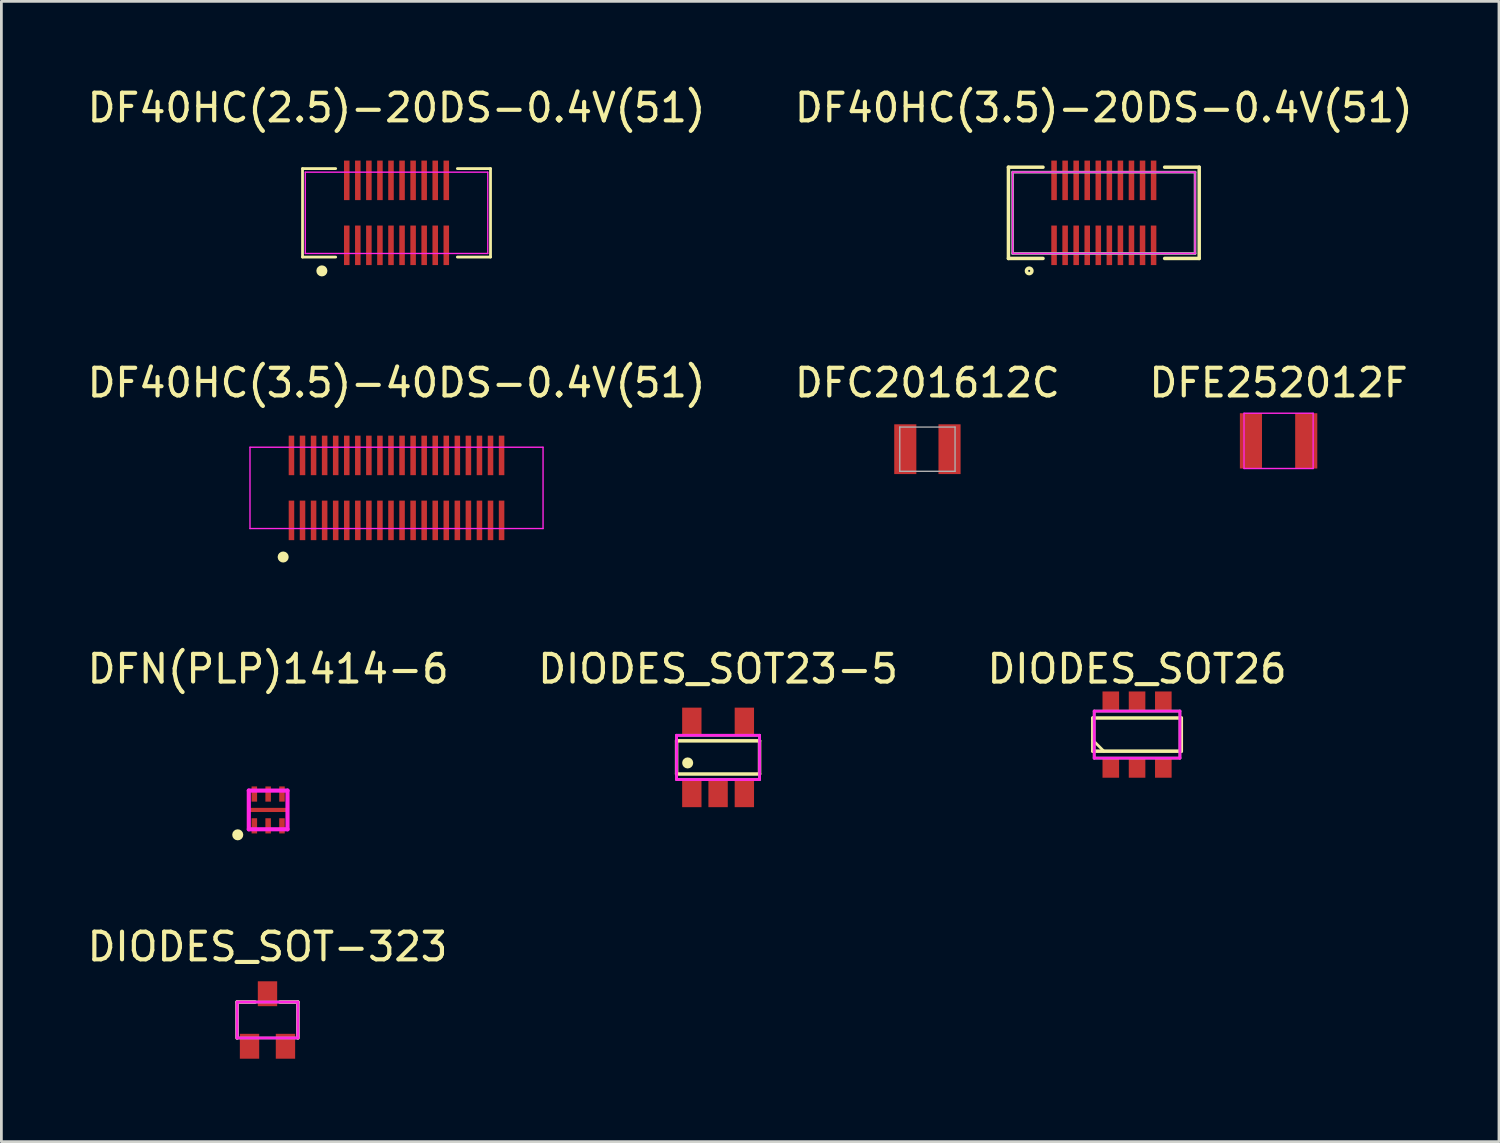
<source format=kicad_pcb>
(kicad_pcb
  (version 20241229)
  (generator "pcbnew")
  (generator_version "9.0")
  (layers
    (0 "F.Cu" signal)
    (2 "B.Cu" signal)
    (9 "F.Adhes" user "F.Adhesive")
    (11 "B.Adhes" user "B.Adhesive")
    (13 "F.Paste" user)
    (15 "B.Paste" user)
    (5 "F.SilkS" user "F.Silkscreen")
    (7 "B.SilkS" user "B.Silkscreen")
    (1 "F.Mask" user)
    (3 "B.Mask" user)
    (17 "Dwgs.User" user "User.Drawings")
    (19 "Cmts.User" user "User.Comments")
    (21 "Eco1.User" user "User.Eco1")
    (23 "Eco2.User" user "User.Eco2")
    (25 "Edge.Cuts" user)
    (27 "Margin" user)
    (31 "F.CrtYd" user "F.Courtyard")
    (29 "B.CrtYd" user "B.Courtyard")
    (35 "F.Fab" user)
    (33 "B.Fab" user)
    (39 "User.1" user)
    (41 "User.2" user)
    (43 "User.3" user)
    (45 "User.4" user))
  (footprint "DFC201612C"
    (layer "F.Cu")
    (at 30.494 13.197)
    (property "Reference" "DFC201612C" (at 0 -2.4 0) (layer "F.SilkS") (effects (font (size 1 1) (thickness 0.15))))
    (attr smd)
    (fp_line (start -1 -0.8) (end 1 -0.8) (stroke (width 0.05) (type solid)) (layer "F.Fab"))
    (fp_line (start -1 0.8) (end -1 -0.8) (stroke (width 0.05) (type solid)) (layer "F.Fab"))
    (fp_line (start 1 -0.8) (end 1 0.8) (stroke (width 0.05) (type solid)) (layer "F.Fab"))
    (fp_line (start 1 0.8) (end -1 0.8) (stroke (width 0.05) (type solid)) (layer "F.Fab"))
    (pad "1" smd rect (at -0.8 0) (size 0.8 1.8) (layers "F.Cu" "F.Mask" "F.Paste"))
    (pad "2" smd rect (at 0.8 0) (size 0.8 1.8) (layers "F.Cu" "F.Mask" "F.Paste")))
  (footprint "DF40HC(3.5)-20DS-0.4V(51)"
    (layer "F.Cu")
    (at 36.875 4.648)
    (property "Reference" "DF40HC(3.5)-20DS-0.4V(51)" (at 0 -3.8 0) (layer "F.SilkS") (effects (font (size 1 1) (thickness 0.15))))
    (attr smd)
    (fp_line (start -3.45 -1.65) (end -3.45 1.65) (stroke (width 0.127) (type solid)) (layer "F.SilkS"))
    (fp_line (start -3.45 1.65) (end -2.2 1.65) (stroke (width 0.127) (type solid)) (layer "F.SilkS"))
    (fp_line (start -2.2 -1.65) (end -3.45 -1.65) (stroke (width 0.127) (type solid)) (layer "F.SilkS"))
    (fp_line (start 2.2 -1.65) (end 3.45 -1.65) (stroke (width 0.127) (type solid)) (layer "F.SilkS"))
    (fp_line (start 3.45 -1.65) (end 3.45 1.65) (stroke (width 0.127) (type solid)) (layer "F.SilkS"))
    (fp_line (start 3.45 1.65) (end 2.2 1.65) (stroke (width 0.127) (type solid)) (layer "F.SilkS"))
    (fp_circle (center -2.7 2.1) (end -2.7 2.2) (stroke (width 0.127) (type solid)) (fill no) (layer "F.SilkS"))
    (fp_line (start -3.3 -1.47) (end 3.3 -1.47) (stroke (width 0.05) (type solid)) (layer "F.CrtYd"))
    (fp_line (start -3.3 1.47) (end -3.3 -1.47) (stroke (width 0.05) (type solid)) (layer "F.CrtYd"))
    (fp_line (start 3.3 -1.47) (end 3.3 1.47) (stroke (width 0.05) (type solid)) (layer "F.CrtYd"))
    (fp_line (start 3.3 1.47) (end -3.3 1.47) (stroke (width 0.05) (type solid)) (layer "F.CrtYd"))
    (fp_line (start -3.3 -1.47) (end 3.3 -1.47) (stroke (width 0.1) (type solid)) (layer "F.Fab"))
    (fp_line (start -3.3 1.47) (end -3.3 -1.47) (stroke (width 0.1) (type solid)) (layer "F.Fab"))
    (fp_line (start 3.3 -1.47) (end 3.3 1.47) (stroke (width 0.1) (type solid)) (layer "F.Fab"))
    (fp_line (start 3.3 1.47) (end -3.3 1.47) (stroke (width 0.1) (type solid)) (layer "F.Fab"))
    (pad "1" smd rect (at -1.8 1.175) (size 0.2 1.43) (layers "F.Cu" "F.Mask" "F.Paste"))
    (pad "2" smd rect (at -1.8 -1.175) (size 0.2 1.43) (layers "F.Cu" "F.Mask" "F.Paste"))
    (pad "3" smd rect (at -1.4 1.175) (size 0.2 1.43) (layers "F.Cu" "F.Mask" "F.Paste"))
    (pad "4" smd rect (at -1.4 -1.175) (size 0.2 1.43) (layers "F.Cu" "F.Mask" "F.Paste"))
    (pad "5" smd rect (at -1 1.175) (size 0.2 1.43) (layers "F.Cu" "F.Mask" "F.Paste"))
    (pad "6" smd rect (at -1 -1.175) (size 0.2 1.43) (layers "F.Cu" "F.Mask" "F.Paste"))
    (pad "7" smd rect (at -0.6 1.175) (size 0.2 1.43) (layers "F.Cu" "F.Mask" "F.Paste"))
    (pad "8" smd rect (at -0.6 -1.175) (size 0.2 1.43) (layers "F.Cu" "F.Mask" "F.Paste"))
    (pad "9" smd rect (at -0.2 1.175) (size 0.2 1.43) (layers "F.Cu" "F.Mask" "F.Paste"))
    (pad "10" smd rect (at -0.2 -1.175) (size 0.2 1.43) (layers "F.Cu" "F.Mask" "F.Paste"))
    (pad "11" smd rect (at 0.2 1.175) (size 0.2 1.43) (layers "F.Cu" "F.Mask" "F.Paste"))
    (pad "12" smd rect (at 0.2 -1.175) (size 0.2 1.43) (layers "F.Cu" "F.Mask" "F.Paste"))
    (pad "13" smd rect (at 0.6 1.175) (size 0.2 1.43) (layers "F.Cu" "F.Mask" "F.Paste"))
    (pad "14" smd rect (at 0.6 -1.175) (size 0.2 1.43) (layers "F.Cu" "F.Mask" "F.Paste"))
    (pad "15" smd rect (at 1 1.175) (size 0.2 1.43) (layers "F.Cu" "F.Mask" "F.Paste"))
    (pad "16" smd rect (at 1 -1.175) (size 0.2 1.43) (layers "F.Cu" "F.Mask" "F.Paste"))
    (pad "17" smd rect (at 1.4 1.175) (size 0.2 1.43) (layers "F.Cu" "F.Mask" "F.Paste"))
    (pad "18" smd rect (at 1.4 -1.175) (size 0.2 1.43) (layers "F.Cu" "F.Mask" "F.Paste"))
    (pad "19" smd rect (at 1.8 1.175) (size 0.2 1.43) (layers "F.Cu" "F.Mask" "F.Paste"))
    (pad "20" smd rect (at 1.8 -1.175) (size 0.2 1.43) (layers "F.Cu" "F.Mask" "F.Paste")))
  (footprint "DIODES_SOT26"
    (layer "F.Cu")
    (at 38.077 23.52)
    (property "Reference" "DIODES_SOT26" (at 0 -2.375 0) (layer "F.SilkS") (effects (font (size 1 1) (thickness 0.15))))
    (attr through_hole)
    (fp_line (start -1.6 -0.6) (end 1.6 -0.6) (stroke (width 0.127) (type solid)) (layer "F.SilkS"))
    (fp_line (start -1.6 0.2) (end -1.2 0.6) (stroke (width 0.1) (type solid)) (layer "F.SilkS"))
    (fp_line (start -1.6 0.6) (end -1.6 -0.6) (stroke (width 0.127) (type solid)) (layer "F.SilkS"))
    (fp_line (start 1.6 -0.6) (end 1.6 0.6) (stroke (width 0.127) (type solid)) (layer "F.SilkS"))
    (fp_line (start 1.6 0.6) (end -1.6 0.6) (stroke (width 0.127) (type solid)) (layer "F.SilkS"))
    (fp_line (start -1.55 -0.85) (end 1.55 -0.85) (stroke (width 0.1) (type solid)) (layer "F.CrtYd"))
    (fp_line (start -1.55 0.85) (end -1.55 -0.85) (stroke (width 0.1) (type solid)) (layer "F.CrtYd"))
    (fp_line (start 1.55 -0.85) (end 1.55 0.85) (stroke (width 0.1) (type solid)) (layer "F.CrtYd"))
    (fp_line (start 1.55 0.85) (end -1.55 0.85) (stroke (width 0.1) (type solid)) (layer "F.CrtYd"))
    (fp_line (start -1.55 -0.85) (end 1.55 -0.85) (stroke (width 0.1) (type solid)) (layer "F.Fab"))
    (fp_line (start -1.55 0.85) (end -1.55 -0.85) (stroke (width 0.1) (type solid)) (layer "F.Fab"))
    (fp_line (start 1.55 -0.85) (end 1.55 0.85) (stroke (width 0.1) (type solid)) (layer "F.Fab"))
    (fp_line (start 1.55 0.85) (end -1.55 0.85) (stroke (width 0.1) (type solid)) (layer "F.Fab"))
    (pad "1" smd rect (at -0.95 1.2) (size 0.6 0.72) (layers "F.Cu" "F.Mask" "F.Paste"))
    (pad "2" smd rect (at 0 1.2) (size 0.6 0.72) (layers "F.Cu" "F.Mask" "F.Paste"))
    (pad "3" smd rect (at 0.95 1.2) (size 0.6 0.72) (layers "F.Cu" "F.Mask" "F.Paste"))
    (pad "4" smd rect (at 0.95 -1.2) (size 0.6 0.72) (layers "F.Cu" "F.Mask" "F.Paste"))
    (pad "5" smd rect (at 0 -1.2) (size 0.6 0.72) (layers "F.Cu" "F.Mask" "F.Paste"))
    (pad "6" smd rect (at -0.95 -1.2) (size 0.6 0.72) (layers "F.Cu" "F.Mask" "F.Paste")))
  (footprint "DF40HC(2.5)-20DS-0.4V(51)"
    (layer "F.Cu")
    (at 11.292 4.648)
    (property "Reference" "DF40HC(2.5)-20DS-0.4V(51)" (at 0 -3.8 0) (layer "F.SilkS") (effects (font (size 1 1) (thickness 0.15))))
    (attr through_hole)
    (fp_line (start -3.4 -1.6) (end -3.4 1.6) (stroke (width 0.1) (type solid)) (layer "F.SilkS"))
    (fp_line (start -3.4 1.6) (end -2.2 1.6) (stroke (width 0.1) (type solid)) (layer "F.SilkS"))
    (fp_line (start -2.2 -1.6) (end -3.4 -1.6) (stroke (width 0.1) (type solid)) (layer "F.SilkS"))
    (fp_line (start 2.2 -1.6) (end 3.4 -1.6) (stroke (width 0.1) (type solid)) (layer "F.SilkS"))
    (fp_line (start 3.4 -1.6) (end 3.4 1.6) (stroke (width 0.1) (type solid)) (layer "F.SilkS"))
    (fp_line (start 3.4 1.6) (end 2.2 1.6) (stroke (width 0.1) (type solid)) (layer "F.SilkS"))
    (fp_circle (center -2.7 2.1) (end -2.7 2.2) (stroke (width 0.2) (type solid)) (fill no) (layer "F.SilkS"))
    (fp_line (start -3.3 -1.47) (end 3.3 -1.47) (stroke (width 0.05) (type solid)) (layer "F.CrtYd"))
    (fp_line (start -3.3 1.47) (end -3.3 -1.47) (stroke (width 0.05) (type solid)) (layer "F.CrtYd"))
    (fp_line (start 3.3 -1.47) (end 3.3 1.47) (stroke (width 0.05) (type solid)) (layer "F.CrtYd"))
    (fp_line (start 3.3 1.47) (end -3.3 1.47) (stroke (width 0.05) (type solid)) (layer "F.CrtYd"))
    (pad "1" smd rect (at -1.8 1.175) (size 0.2 1.43) (layers "F.Cu" "F.Mask" "F.Paste"))
    (pad "2" smd rect (at -1.8 -1.175) (size 0.2 1.43) (layers "F.Cu" "F.Mask" "F.Paste"))
    (pad "3" smd rect (at -1.4 1.175) (size 0.2 1.43) (layers "F.Cu" "F.Mask" "F.Paste"))
    (pad "4" smd rect (at -1.4 -1.175) (size 0.2 1.43) (layers "F.Cu" "F.Mask" "F.Paste"))
    (pad "5" smd rect (at -1 1.175) (size 0.2 1.43) (layers "F.Cu" "F.Mask" "F.Paste"))
    (pad "6" smd rect (at -1 -1.175) (size 0.2 1.43) (layers "F.Cu" "F.Mask" "F.Paste"))
    (pad "7" smd rect (at -0.6 1.175) (size 0.2 1.43) (layers "F.Cu" "F.Mask" "F.Paste"))
    (pad "8" smd rect (at -0.6 -1.175) (size 0.2 1.43) (layers "F.Cu" "F.Mask" "F.Paste"))
    (pad "9" smd rect (at -0.2 1.175) (size 0.2 1.43) (layers "F.Cu" "F.Mask" "F.Paste"))
    (pad "10" smd rect (at -0.2 -1.175) (size 0.2 1.43) (layers "F.Cu" "F.Mask" "F.Paste"))
    (pad "11" smd rect (at 0.2 1.175) (size 0.2 1.43) (layers "F.Cu" "F.Mask" "F.Paste"))
    (pad "12" smd rect (at 0.2 -1.175) (size 0.2 1.43) (layers "F.Cu" "F.Mask" "F.Paste"))
    (pad "13" smd rect (at 0.6 1.175) (size 0.2 1.43) (layers "F.Cu" "F.Mask" "F.Paste"))
    (pad "14" smd rect (at 0.6 -1.175) (size 0.2 1.43) (layers "F.Cu" "F.Mask" "F.Paste"))
    (pad "15" smd rect (at 1 1.175) (size 0.2 1.43) (layers "F.Cu" "F.Mask" "F.Paste"))
    (pad "16" smd rect (at 1 -1.175) (size 0.2 1.43) (layers "F.Cu" "F.Mask" "F.Paste"))
    (pad "17" smd rect (at 1.4 1.175) (size 0.2 1.43) (layers "F.Cu" "F.Mask" "F.Paste"))
    (pad "18" smd rect (at 1.4 -1.175) (size 0.2 1.43) (layers "F.Cu" "F.Mask" "F.Paste"))
    (pad "19" smd rect (at 1.8 1.175) (size 0.2 1.43) (layers "F.Cu" "F.Mask" "F.Paste"))
    (pad "20" smd rect (at 1.8 -1.175) (size 0.2 1.43) (layers "F.Cu" "F.Mask" "F.Paste")))
  (footprint "DFN(PLP)1414-6"
    (layer "F.Cu")
    (at 6.649 26.245)
    (property "Reference" "DFN(PLP)1414-6" (at 0 -5.1 0) (layer "F.SilkS") (effects (font (size 1 1) (thickness 0.15))))
    (attr through_hole)
    (fp_circle (center -1.1 0.9) (end -1.1 0.8) (stroke (width 0.2) (type solid)) (fill no) (layer "F.SilkS"))
    (fp_line (start -0.7 -0.7) (end 0.7 -0.7) (stroke (width 0.15) (type solid)) (layer "F.CrtYd"))
    (fp_line (start -0.7 0.7) (end -0.7 -0.7) (stroke (width 0.15) (type solid)) (layer "F.CrtYd"))
    (fp_line (start 0.7 -0.7) (end 0.7 0.7) (stroke (width 0.15) (type solid)) (layer "F.CrtYd"))
    (fp_line (start 0.7 0.7) (end -0.7 0.7) (stroke (width 0.15) (type solid)) (layer "F.CrtYd"))
    (pad "" smd rect (at 0 0) (size 1.35 0.15) (layers "F.Cu" "F.Mask" "F.Paste"))
    (pad "1" smd rect (at -0.5 0.575) (size 0.2 0.55) (layers "F.Cu" "F.Mask" "F.Paste"))
    (pad "2" smd rect (at 0 0.575) (size 0.2 0.55) (layers "F.Cu" "F.Mask" "F.Paste"))
    (pad "3" smd rect (at 0.5 0.575) (size 0.2 0.55) (layers "F.Cu" "F.Mask" "F.Paste"))
    (pad "4" smd rect (at 0.5 -0.575) (size 0.2 0.55) (layers "F.Cu" "F.Mask" "F.Paste"))
    (pad "5" smd rect (at 0 -0.575) (size 0.2 0.55) (layers "F.Cu" "F.Mask" "F.Paste"))
    (pad "6" smd rect (at -0.5 -0.575) (size 0.2 0.55) (layers "F.Cu" "F.Mask" "F.Paste")))
  (footprint "DF40HC(3.5)-40DS-0.4V(51)"
    (layer "F.Cu")
    (at 11.292 14.597)
    (property "Reference" "DF40HC(3.5)-40DS-0.4V(51)" (at 0 -3.8 0) (layer "F.SilkS") (effects (font (size 1 1) (thickness 0.15))))
    (attr through_hole)
    (fp_circle (center -4.1 2.5) (end -4.1 2.6) (stroke (width 0.2) (type solid)) (fill no) (layer "F.SilkS"))
    (fp_line (start -5.3 -1.47) (end 5.3 -1.47) (stroke (width 0.05) (type solid)) (layer "F.CrtYd"))
    (fp_line (start -5.3 1.47) (end -5.3 -1.47) (stroke (width 0.05) (type solid)) (layer "F.CrtYd"))
    (fp_line (start 5.3 -1.47) (end 5.3 1.47) (stroke (width 0.05) (type solid)) (layer "F.CrtYd"))
    (fp_line (start 5.3 1.47) (end -5.3 1.47) (stroke (width 0.05) (type solid)) (layer "F.CrtYd"))
    (pad "1" smd rect (at -3.8 1.175) (size 0.2 1.43) (layers "F.Cu" "F.Mask" "F.Paste"))
    (pad "2" smd rect (at -3.8 -1.175) (size 0.2 1.43) (layers "F.Cu" "F.Mask" "F.Paste"))
    (pad "3" smd rect (at -3.4 1.175) (size 0.2 1.43) (layers "F.Cu" "F.Mask" "F.Paste"))
    (pad "4" smd rect (at -3.4 -1.175) (size 0.2 1.43) (layers "F.Cu" "F.Mask" "F.Paste"))
    (pad "5" smd rect (at -3 1.175) (size 0.2 1.43) (layers "F.Cu" "F.Mask" "F.Paste"))
    (pad "6" smd rect (at -3 -1.175) (size 0.2 1.43) (layers "F.Cu" "F.Mask" "F.Paste"))
    (pad "7" smd rect (at -2.6 1.175) (size 0.2 1.43) (layers "F.Cu" "F.Mask" "F.Paste"))
    (pad "8" smd rect (at -2.6 -1.175) (size 0.2 1.43) (layers "F.Cu" "F.Mask" "F.Paste"))
    (pad "9" smd rect (at -2.2 1.175) (size 0.2 1.43) (layers "F.Cu" "F.Mask" "F.Paste"))
    (pad "10" smd rect (at -2.2 -1.175) (size 0.2 1.43) (layers "F.Cu" "F.Mask" "F.Paste"))
    (pad "11" smd rect (at -1.8 1.175) (size 0.2 1.43) (layers "F.Cu" "F.Mask" "F.Paste"))
    (pad "12" smd rect (at -1.8 -1.175) (size 0.2 1.43) (layers "F.Cu" "F.Mask" "F.Paste"))
    (pad "13" smd rect (at -1.4 1.175) (size 0.2 1.43) (layers "F.Cu" "F.Mask" "F.Paste"))
    (pad "14" smd rect (at -1.4 -1.175) (size 0.2 1.43) (layers "F.Cu" "F.Mask" "F.Paste"))
    (pad "15" smd rect (at -1 1.175) (size 0.2 1.43) (layers "F.Cu" "F.Mask" "F.Paste"))
    (pad "16" smd rect (at -1 -1.175) (size 0.2 1.43) (layers "F.Cu" "F.Mask" "F.Paste"))
    (pad "17" smd rect (at -0.6 1.175) (size 0.2 1.43) (layers "F.Cu" "F.Mask" "F.Paste"))
    (pad "18" smd rect (at -0.6 -1.175) (size 0.2 1.43) (layers "F.Cu" "F.Mask" "F.Paste"))
    (pad "19" smd rect (at -0.2 1.175) (size 0.2 1.43) (layers "F.Cu" "F.Mask" "F.Paste"))
    (pad "20" smd rect (at -0.2 -1.175) (size 0.2 1.43) (layers "F.Cu" "F.Mask" "F.Paste"))
    (pad "21" smd rect (at 0.2 1.175) (size 0.2 1.43) (layers "F.Cu" "F.Mask" "F.Paste"))
    (pad "22" smd rect (at 0.2 -1.175) (size 0.2 1.43) (layers "F.Cu" "F.Mask" "F.Paste"))
    (pad "23" smd rect (at 0.6 1.175) (size 0.2 1.43) (layers "F.Cu" "F.Mask" "F.Paste"))
    (pad "24" smd rect (at 0.6 -1.175) (size 0.2 1.43) (layers "F.Cu" "F.Mask" "F.Paste"))
    (pad "25" smd rect (at 1 1.175) (size 0.2 1.43) (layers "F.Cu" "F.Mask" "F.Paste"))
    (pad "26" smd rect (at 1 -1.175) (size 0.2 1.43) (layers "F.Cu" "F.Mask" "F.Paste"))
    (pad "27" smd rect (at 1.4 1.175) (size 0.2 1.43) (layers "F.Cu" "F.Mask" "F.Paste"))
    (pad "28" smd rect (at 1.4 -1.175) (size 0.2 1.43) (layers "F.Cu" "F.Mask" "F.Paste"))
    (pad "29" smd rect (at 1.8 1.175) (size 0.2 1.43) (layers "F.Cu" "F.Mask" "F.Paste"))
    (pad "30" smd rect (at 1.8 -1.175) (size 0.2 1.43) (layers "F.Cu" "F.Mask" "F.Paste"))
    (pad "31" smd rect (at 2.2 1.175) (size 0.2 1.43) (layers "F.Cu" "F.Mask" "F.Paste"))
    (pad "32" smd rect (at 2.2 -1.175) (size 0.2 1.43) (layers "F.Cu" "F.Mask" "F.Paste"))
    (pad "33" smd rect (at 2.6 1.175) (size 0.2 1.43) (layers "F.Cu" "F.Mask" "F.Paste"))
    (pad "34" smd rect (at 2.6 -1.175) (size 0.2 1.43) (layers "F.Cu" "F.Mask" "F.Paste"))
    (pad "35" smd rect (at 3 1.175) (size 0.2 1.43) (layers "F.Cu" "F.Mask" "F.Paste"))
    (pad "36" smd rect (at 3 -1.175) (size 0.2 1.43) (layers "F.Cu" "F.Mask" "F.Paste"))
    (pad "37" smd rect (at 3.4 1.175) (size 0.2 1.43) (layers "F.Cu" "F.Mask" "F.Paste"))
    (pad "38" smd rect (at 3.4 -1.175) (size 0.2 1.43) (layers "F.Cu" "F.Mask" "F.Paste"))
    (pad "39" smd rect (at 3.8 1.175) (size 0.2 1.43) (layers "F.Cu" "F.Mask" "F.Paste"))
    (pad "40" smd rect (at 3.8 -1.175) (size 0.2 1.43) (layers "F.Cu" "F.Mask" "F.Paste")))
  (footprint "DFE252012F"
    (layer "F.Cu")
    (at 43.196 12.896)
    (property "Reference" "DFE252012F" (at 0 -2.1 0) (layer "F.SilkS") (effects (font (size 1 1) (thickness 0.15))))
    (attr through_hole)
    (fp_line (start -1.25 -1) (end 1.25 -1) (stroke (width 0.05) (type solid)) (layer "F.CrtYd"))
    (fp_line (start -1.25 1) (end -1.25 -1) (stroke (width 0.05) (type solid)) (layer "F.CrtYd"))
    (fp_line (start 1.25 -1) (end 1.25 1) (stroke (width 0.05) (type solid)) (layer "F.CrtYd"))
    (fp_line (start 1.25 1) (end -1.25 1) (stroke (width 0.05) (type solid)) (layer "F.CrtYd"))
    (pad "1" smd rect (at -1 0) (size 0.8 2) (layers "F.Cu" "F.Mask" "F.Paste"))
    (pad "2" smd rect (at 1 0) (size 0.8 2) (layers "F.Cu" "F.Mask" "F.Paste")))
  (footprint "DIODES_SOT-323"
    (layer "F.Cu")
    (at 6.625 33.843)
    (property "Reference" "DIODES_SOT-323" (at 0 -2.65 0) (layer "F.SilkS") (effects (font (size 1 1) (thickness 0.15))))
    (attr through_hole)
    (fp_line (start -1.1 -0.65) (end -1.1 0.65) (stroke (width 0.127) (type solid)) (layer "F.SilkS"))
    (fp_line (start -0.45 -0.65) (end -1.1 -0.65) (stroke (width 0.127) (type solid)) (layer "F.SilkS"))
    (fp_line (start 0.45 -0.65) (end 1.1 -0.65) (stroke (width 0.127) (type solid)) (layer "F.SilkS"))
    (fp_line (start 1.1 -0.65) (end 1.1 0.65) (stroke (width 0.127) (type solid)) (layer "F.SilkS"))
    (fp_line (start -1.1 -0.65) (end -1.1 0.65) (stroke (width 0.1) (type solid)) (layer "F.CrtYd"))
    (fp_line (start -1.1 -0.65) (end 1.1 -0.65) (stroke (width 0.1) (type solid)) (layer "F.CrtYd"))
    (fp_line (start -1.1 0.65) (end 1.1 0.65) (stroke (width 0.1) (type solid)) (layer "F.CrtYd"))
    (fp_line (start 1.1 0.65) (end 1.1 -0.65) (stroke (width 0.1) (type solid)) (layer "F.CrtYd"))
    (fp_line (start -1.1 -0.65) (end -1.1 0.65) (stroke (width 0.1) (type solid)) (layer "F.Fab"))
    (fp_line (start -1.1 -0.65) (end 1.1 -0.65) (stroke (width 0.1) (type solid)) (layer "F.Fab"))
    (fp_line (start -1.1 0.65) (end 1.1 0.65) (stroke (width 0.1) (type solid)) (layer "F.Fab"))
    (fp_line (start 1.1 0.65) (end 1.1 -0.65) (stroke (width 0.1) (type solid)) (layer "F.Fab"))
    (pad "1" smd rect (at -0.65 0.95) (size 0.7 0.9) (layers "F.Cu" "F.Mask" "F.Paste"))
    (pad "2" smd rect (at 0.65 0.95) (size 0.7 0.9) (layers "F.Cu" "F.Mask" "F.Paste"))
    (pad "3" smd rect (at 0 -0.95) (size 0.7 0.9) (layers "F.Cu" "F.Mask" "F.Paste")))
  (footprint "DIODES_SOT23-5"
    (layer "F.Cu")
    (at 22.923 24.345)
    (property "Reference" "DIODES_SOT23-5" (at 0 -3.2 0) (layer "F.SilkS") (effects (font (size 1 1) (thickness 0.15))))
    (attr through_hole)
    (fp_line (start -1.5 -0.6) (end 1.5 -0.6) (stroke (width 0.127) (type solid)) (layer "F.SilkS"))
    (fp_line (start -1.5 0.6) (end -1.5 -0.6) (stroke (width 0.127) (type solid)) (layer "F.SilkS"))
    (fp_line (start 1.5 -0.6) (end 1.5 0.6) (stroke (width 0.127) (type solid)) (layer "F.SilkS"))
    (fp_line (start 1.5 0.6) (end -1.5 0.6) (stroke (width 0.127) (type solid)) (layer "F.SilkS"))
    (fp_circle (center -1.1 0.2) (end -1.1 0.1) (stroke (width 0.2) (type solid)) (fill no) (layer "F.SilkS"))
    (fp_line (start -1.5 -0.8) (end -1.5 0.8) (stroke (width 0.1) (type solid)) (layer "F.CrtYd"))
    (fp_line (start -1.5 -0.8) (end 1.5 -0.8) (stroke (width 0.1) (type solid)) (layer "F.CrtYd"))
    (fp_line (start -1.5 0.8) (end 1.5 0.8) (stroke (width 0.1) (type solid)) (layer "F.CrtYd"))
    (fp_line (start 1.5 0.8) (end 1.5 -0.8) (stroke (width 0.1) (type solid)) (layer "F.CrtYd"))
    (fp_line (start -1.5 -0.8) (end -1.5 0.8) (stroke (width 0.1) (type solid)) (layer "F.Fab"))
    (fp_line (start -1.5 -0.8) (end 1.5 -0.8) (stroke (width 0.1) (type solid)) (layer "F.Fab"))
    (fp_line (start -1.5 0.8) (end 1.5 0.8) (stroke (width 0.1) (type solid)) (layer "F.Fab"))
    (fp_line (start 1.5 0.8) (end 1.5 -0.8) (stroke (width 0.1) (type solid)) (layer "F.Fab"))
    (pad "1" smd rect (at -0.95 1.3) (size 0.7 1) (layers "F.Cu" "F.Mask" "F.Paste"))
    (pad "2" smd rect (at 0 1.3) (size 0.7 1) (layers "F.Cu" "F.Mask" "F.Paste"))
    (pad "3" smd rect (at 0.95 1.3) (size 0.7 1) (layers "F.Cu" "F.Mask" "F.Paste"))
    (pad "4" smd rect (at 0.95 -1.3) (size 0.7 1) (layers "F.Cu" "F.Mask" "F.Paste"))
    (pad "5" smd rect (at -0.95 -1.3) (size 0.7 1) (layers "F.Cu" "F.Mask" "F.Paste")))
  (gr_rect
    (start -3 -3)
    (end 51.167 38.243)
    (stroke (width 0.1) (type default))
    (fill no)
    (layer "Edge.Cuts")))
</source>
